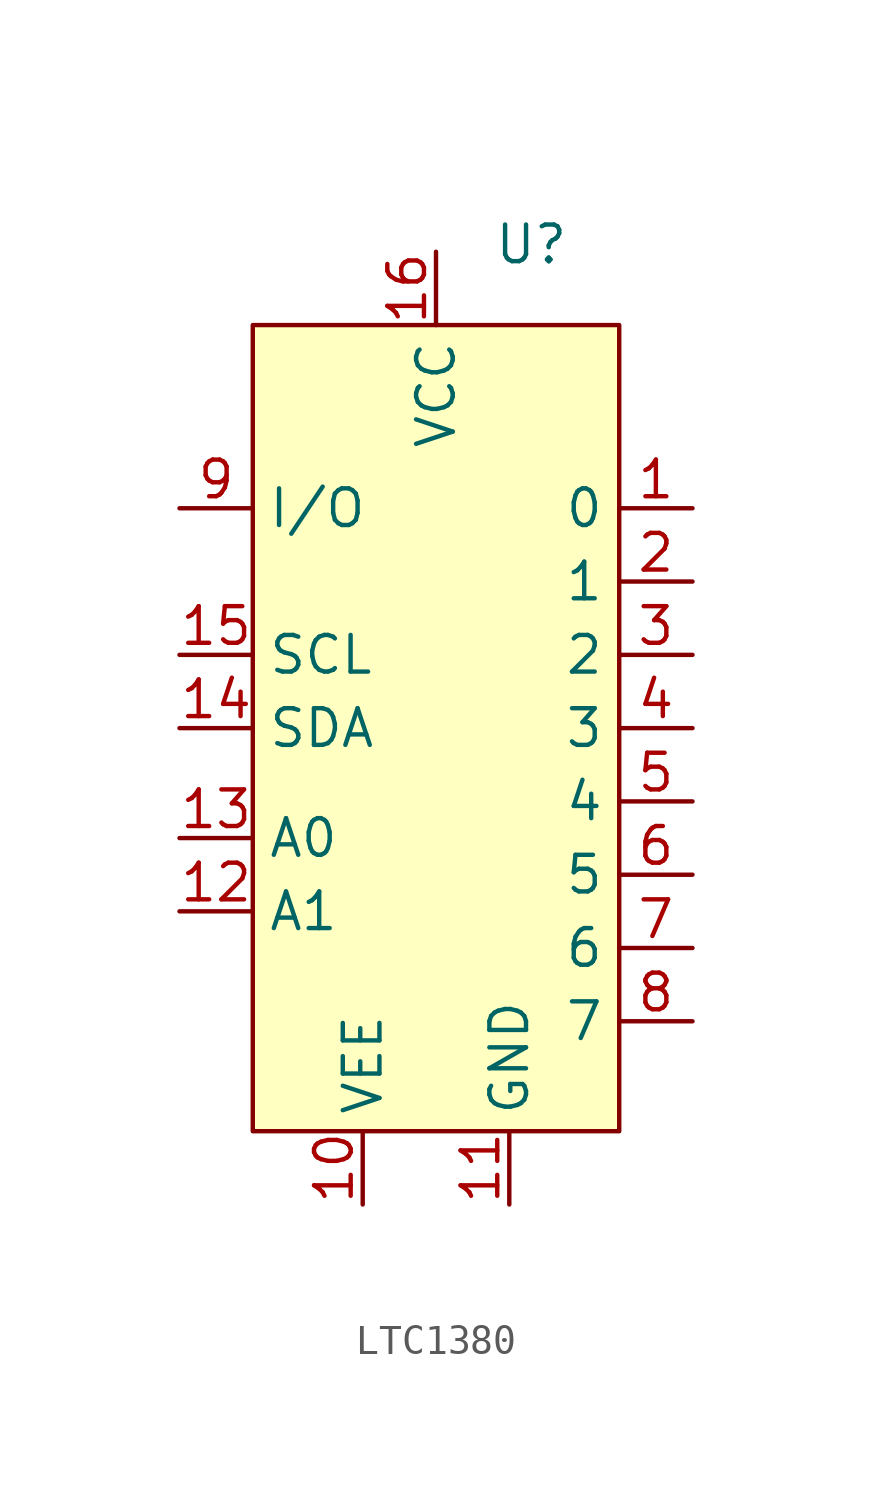
<source format=kicad_sym>
(kicad_symbol_lib
  (version 20241209)
  (generator "kicad_symbol_editor")
  (generator_version "9.0")
  (symbol "LTC1380"
    (property "Reference" "U"
      (at 9.652 9.144 0)
      (effects (font (size 1.27 1.27))))
    (property "Value" ""
      (at 0 0 0)
      (effects (font (size 1.27 1.27))))
    (symbol "LTC1380_1_1"
      (rectangle (start 0 6.35) (end 12.7 -21.59) (stroke (width 0) (type solid)) (fill (type background)))
      (pin bidirectional line (at -2.54 0 0) (length 2.54) (name "I/O" (effects (font (size 1.27 1.27)))) (number "9" (effects (font (size 1.27 1.27)))))
      (pin bidirectional line (at -2.54 -5.08 0) (length 2.54) (name "SCL" (effects (font (size 1.27 1.27)))) (number "15" (effects (font (size 1.27 1.27)))))
      (pin bidirectional line (at -2.54 -7.62 0) (length 2.54) (name "SDA" (effects (font (size 1.27 1.27)))) (number "14" (effects (font (size 1.27 1.27)))))
      (pin input line (at -2.54 -11.43 0) (length 2.54) (name "A0" (effects (font (size 1.27 1.27)))) (number "13" (effects (font (size 1.27 1.27)))))
      (pin input line (at -2.54 -13.97 0) (length 2.54) (name "A1" (effects (font (size 1.27 1.27)))) (number "12" (effects (font (size 1.27 1.27)))))
      (pin power_in line (at 3.81 -24.13 90) (length 2.54) (name "VEE" (effects (font (size 1.27 1.27)))) (number "10" (effects (font (size 1.27 1.27)))))
      (pin power_in line (at 6.35 8.89 270) (length 2.54) (name "VCC" (effects (font (size 1.27 1.27)))) (number "16" (effects (font (size 1.27 1.27)))))
      (pin power_out line (at 8.89 -24.13 90) (length 2.54) (name "GND" (effects (font (size 1.27 1.27)))) (number "11" (effects (font (size 1.27 1.27)))))
      (pin bidirectional line (at 15.24 0 180) (length 2.54) (name "0" (effects (font (size 1.27 1.27)))) (number "1" (effects (font (size 1.27 1.27)))))
      (pin bidirectional line (at 15.24 -2.54 180) (length 2.54) (name "1" (effects (font (size 1.27 1.27)))) (number "2" (effects (font (size 1.27 1.27)))))
      (pin bidirectional line (at 15.24 -5.08 180) (length 2.54) (name "2" (effects (font (size 1.27 1.27)))) (number "3" (effects (font (size 1.27 1.27)))))
      (pin bidirectional line (at 15.24 -7.62 180) (length 2.54) (name "3" (effects (font (size 1.27 1.27)))) (number "4" (effects (font (size 1.27 1.27)))))
      (pin bidirectional line (at 15.24 -10.16 180) (length 2.54) (name "4" (effects (font (size 1.27 1.27)))) (number "5" (effects (font (size 1.27 1.27)))))
      (pin bidirectional line (at 15.24 -12.7 180) (length 2.54) (name "5" (effects (font (size 1.27 1.27)))) (number "6" (effects (font (size 1.27 1.27)))))
      (pin bidirectional line (at 15.24 -15.24 180) (length 2.54) (name "6" (effects (font (size 1.27 1.27)))) (number "7" (effects (font (size 1.27 1.27)))))
      (pin bidirectional line (at 15.24 -17.78 180) (length 2.54) (name "7" (effects (font (size 1.27 1.27)))) (number "8" (effects (font (size 1.27 1.27))))))))
</source>
